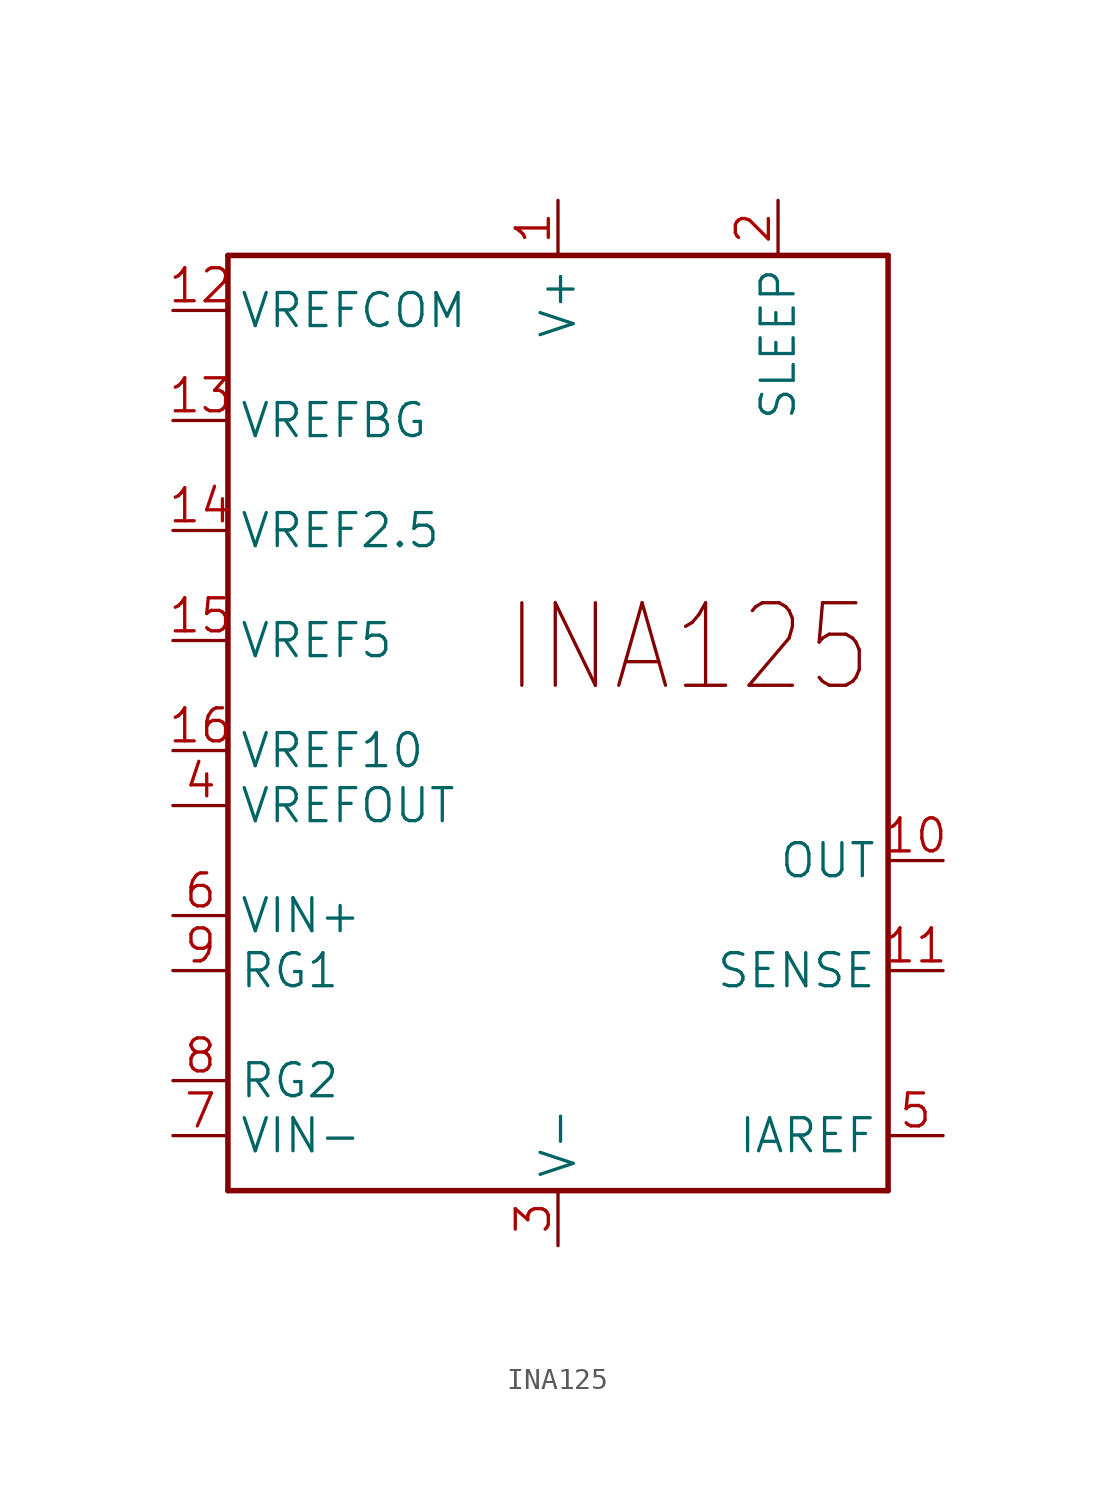
<source format=kicad_sym>
(kicad_symbol_lib
  (version 20241209)
  (generator "kicad_symbol_editor")
  (generator_version "9.0")
  (symbol "INA125"
    (property "Reference" "IC"
      (at 0 0 0)
      (effects (font (size 1.27 1.27)) (hide yes)))
    (property "ki_locked" ""
      (at 0 0 0)
      (effects (font (size 1.27 1.27))))
    (symbol "INA125_1_0"
      (polyline (pts (xy -15.24 20.32) (xy -15.24 -22.86)) (stroke (width 0.254) (type solid)) (fill (type none)))
      (polyline (pts (xy -15.24 20.32) (xy 15.24 20.32)) (stroke (width 0.254) (type solid)) (fill (type none)))
      (polyline (pts (xy -15.24 -22.86) (xy 15.24 -22.86)) (stroke (width 0.254) (type solid)) (fill (type none)))
      (polyline (pts (xy 15.24 -22.86) (xy 15.24 20.32)) (stroke (width 0.254) (type solid)) (fill (type none)))
      (text "INA125" (at -2.54 0 0) (effects (font (size 3.81 3.239)) (justify left bottom)))
      (pin input line (at -17.78 17.78 0) (length 2.54) (name "VREFCOM" (effects (font (size 1.524 1.524)))) (number "12" (effects (font (size 1.524 1.524)))))
      (pin output line (at -17.78 12.7 0) (length 2.54) (name "VREFBG" (effects (font (size 1.524 1.524)))) (number "13" (effects (font (size 1.524 1.524)))))
      (pin output line (at -17.78 7.62 0) (length 2.54) (name "VREF2.5" (effects (font (size 1.524 1.524)))) (number "14" (effects (font (size 1.524 1.524)))))
      (pin output line (at -17.78 2.54 0) (length 2.54) (name "VREF5" (effects (font (size 1.524 1.524)))) (number "15" (effects (font (size 1.524 1.524)))))
      (pin output line (at -17.78 -2.54 0) (length 2.54) (name "VREF10" (effects (font (size 1.524 1.524)))) (number "16" (effects (font (size 1.524 1.524)))))
      (pin output line (at -17.78 -5.08 0) (length 2.54) (name "VREFOUT" (effects (font (size 1.524 1.524)))) (number "4" (effects (font (size 1.524 1.524)))))
      (pin input line (at -17.78 -10.16 0) (length 2.54) (name "VIN+" (effects (font (size 1.524 1.524)))) (number "6" (effects (font (size 1.524 1.524)))))
      (pin bidirectional line (at -17.78 -12.7 0) (length 2.54) (name "RG1" (effects (font (size 1.524 1.524)))) (number "9" (effects (font (size 1.524 1.524)))))
      (pin bidirectional line (at -17.78 -17.78 0) (length 2.54) (name "RG2" (effects (font (size 1.524 1.524)))) (number "8" (effects (font (size 1.524 1.524)))))
      (pin input line (at -17.78 -20.32 0) (length 2.54) (name "VIN-" (effects (font (size 1.524 1.524)))) (number "7" (effects (font (size 1.524 1.524)))))
      (pin power_in line (at 0 22.86 270) (length 2.54) (name "V+" (effects (font (size 1.524 1.524)))) (number "1" (effects (font (size 1.524 1.524)))))
      (pin bidirectional line (at 0 -25.4 90) (length 2.54) (name "V-" (effects (font (size 1.524 1.524)))) (number "3" (effects (font (size 1.524 1.524)))))
      (pin input line (at 10.16 22.86 270) (length 2.54) (name "SLEEP" (effects (font (size 1.524 1.524)))) (number "2" (effects (font (size 1.524 1.524)))))
      (pin output line (at 17.78 -7.62 180) (length 2.54) (name "OUT" (effects (font (size 1.524 1.524)))) (number "10" (effects (font (size 1.524 1.524)))))
      (pin output line (at 17.78 -12.7 180) (length 2.54) (name "SENSE" (effects (font (size 1.524 1.524)))) (number "11" (effects (font (size 1.524 1.524)))))
      (pin bidirectional line (at 17.78 -20.32 180) (length 2.54) (name "IAREF" (effects (font (size 1.524 1.524)))) (number "5" (effects (font (size 1.524 1.524))))))))
</source>
